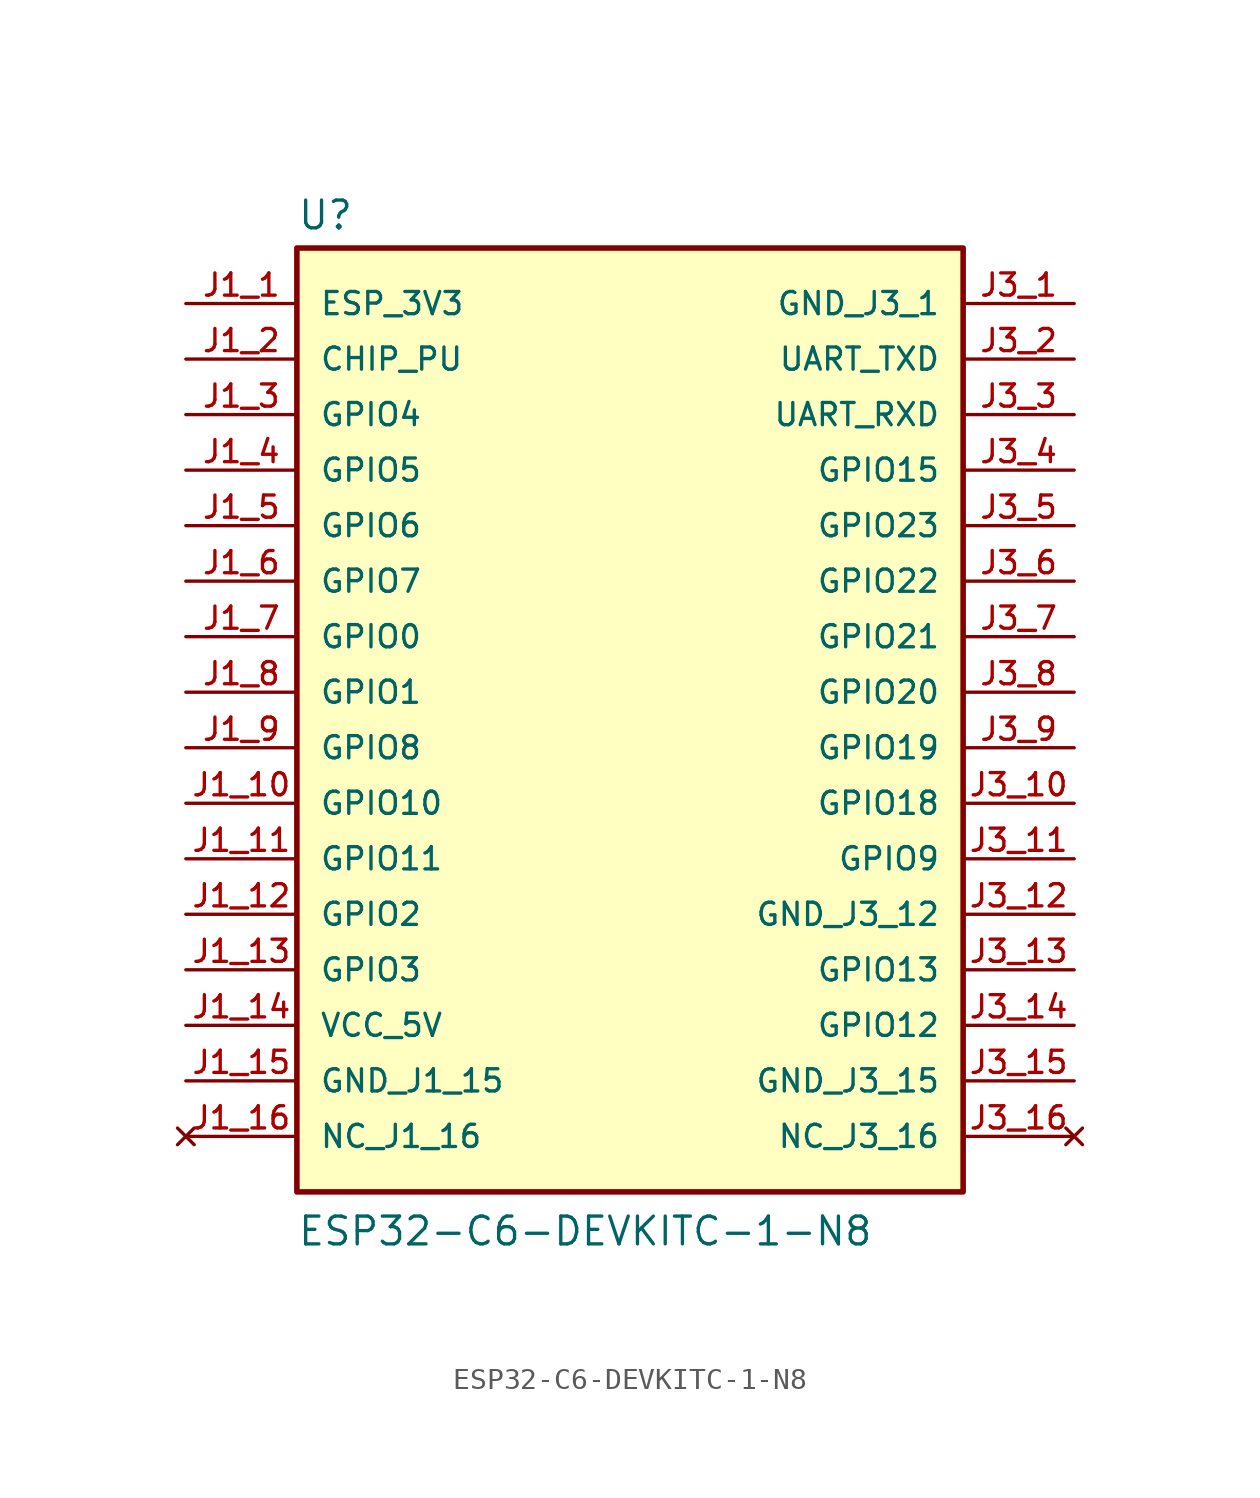
<source format=kicad_sym>
(kicad_symbol_lib
  (version 20241209)
  (generator "kicad_symbol_editor")
  (generator_version "9.0")
  (symbol "ESP32-C6-DEVKITC-1-N8"
    (pin_names
      (offset 1.016))
    (property "Reference" "U"
      (at -15.24 23.622 0)
      (effects (font (size 1.27 1.27)) (justify left bottom)))
    (property "Value" "ESP32-C6-DEVKITC-1-N8"
      (at -15.24 -22.86 0)
      (effects (font (size 1.27 1.27)) (justify left bottom)))
    (symbol "ESP32-C6-DEVKITC-1-N8_0_0"
      (rectangle (start -15.24 -20.32) (end 15.24 22.86) (stroke (width 0.254) (type default)) (fill (type background)))
      (pin power_in line (at -20.32 20.32 0) (length 5.08) (name "ESP_3V3" (effects (font (size 1.016 1.016)))) (number "J1_1" (effects (font (size 1.016 1.016)))))
      (pin input line (at -20.32 17.78 0) (length 5.08) (name "CHIP_PU" (effects (font (size 1.016 1.016)))) (number "J1_2" (effects (font (size 1.016 1.016)))))
      (pin bidirectional line (at -20.32 15.24 0) (length 5.08) (name "GPIO4" (effects (font (size 1.016 1.016)))) (number "J1_3" (effects (font (size 1.016 1.016)))))
      (pin bidirectional line (at -20.32 12.7 0) (length 5.08) (name "GPIO5" (effects (font (size 1.016 1.016)))) (number "J1_4" (effects (font (size 1.016 1.016)))))
      (pin bidirectional line (at -20.32 10.16 0) (length 5.08) (name "GPIO6" (effects (font (size 1.016 1.016)))) (number "J1_5" (effects (font (size 1.016 1.016)))))
      (pin bidirectional line (at -20.32 7.62 0) (length 5.08) (name "GPIO7" (effects (font (size 1.016 1.016)))) (number "J1_6" (effects (font (size 1.016 1.016)))))
      (pin bidirectional line (at -20.32 5.08 0) (length 5.08) (name "GPIO0" (effects (font (size 1.016 1.016)))) (number "J1_7" (effects (font (size 1.016 1.016)))))
      (pin bidirectional line (at -20.32 2.54 0) (length 5.08) (name "GPIO1" (effects (font (size 1.016 1.016)))) (number "J1_8" (effects (font (size 1.016 1.016)))))
      (pin bidirectional line (at -20.32 0 0) (length 5.08) (name "GPIO8" (effects (font (size 1.016 1.016)))) (number "J1_9" (effects (font (size 1.016 1.016)))))
      (pin bidirectional line (at -20.32 -2.54 0) (length 5.08) (name "GPIO10" (effects (font (size 1.016 1.016)))) (number "J1_10" (effects (font (size 1.016 1.016)))))
      (pin bidirectional line (at -20.32 -5.08 0) (length 5.08) (name "GPIO11" (effects (font (size 1.016 1.016)))) (number "J1_11" (effects (font (size 1.016 1.016)))))
      (pin bidirectional line (at -20.32 -7.62 0) (length 5.08) (name "GPIO2" (effects (font (size 1.016 1.016)))) (number "J1_12" (effects (font (size 1.016 1.016)))))
      (pin bidirectional line (at -20.32 -10.16 0) (length 5.08) (name "GPIO3" (effects (font (size 1.016 1.016)))) (number "J1_13" (effects (font (size 1.016 1.016)))))
      (pin power_in line (at -20.32 -12.7 0) (length 5.08) (name "VCC_5V" (effects (font (size 1.016 1.016)))) (number "J1_14" (effects (font (size 1.016 1.016)))))
      (pin power_in line (at -20.32 -15.24 0) (length 5.08) (name "GND_J1_15" (effects (font (size 1.016 1.016)))) (number "J1_15" (effects (font (size 1.016 1.016)))))
      (pin no_connect line (at -20.32 -17.78 0) (length 5.08) (name "NC_J1_16" (effects (font (size 1.016 1.016)))) (number "J1_16" (effects (font (size 1.016 1.016)))))
      (pin power_in line (at 20.32 20.32 180) (length 5.08) (name "GND_J3_1" (effects (font (size 1.016 1.016)))) (number "J3_1" (effects (font (size 1.016 1.016)))))
      (pin bidirectional line (at 20.32 17.78 180) (length 5.08) (name "UART_TXD" (effects (font (size 1.016 1.016)))) (number "J3_2" (effects (font (size 1.016 1.016)))))
      (pin bidirectional line (at 20.32 15.24 180) (length 5.08) (name "UART_RXD" (effects (font (size 1.016 1.016)))) (number "J3_3" (effects (font (size 1.016 1.016)))))
      (pin bidirectional line (at 20.32 12.7 180) (length 5.08) (name "GPIO15" (effects (font (size 1.016 1.016)))) (number "J3_4" (effects (font (size 1.016 1.016)))))
      (pin bidirectional line (at 20.32 10.16 180) (length 5.08) (name "GPIO23" (effects (font (size 1.016 1.016)))) (number "J3_5" (effects (font (size 1.016 1.016)))))
      (pin bidirectional line (at 20.32 7.62 180) (length 5.08) (name "GPIO22" (effects (font (size 1.016 1.016)))) (number "J3_6" (effects (font (size 1.016 1.016)))))
      (pin bidirectional line (at 20.32 5.08 180) (length 5.08) (name "GPIO21" (effects (font (size 1.016 1.016)))) (number "J3_7" (effects (font (size 1.016 1.016)))))
      (pin bidirectional line (at 20.32 2.54 180) (length 5.08) (name "GPIO20" (effects (font (size 1.016 1.016)))) (number "J3_8" (effects (font (size 1.016 1.016)))))
      (pin bidirectional line (at 20.32 0 180) (length 5.08) (name "GPIO19" (effects (font (size 1.016 1.016)))) (number "J3_9" (effects (font (size 1.016 1.016)))))
      (pin bidirectional line (at 20.32 -2.54 180) (length 5.08) (name "GPIO18" (effects (font (size 1.016 1.016)))) (number "J3_10" (effects (font (size 1.016 1.016)))))
      (pin bidirectional line (at 20.32 -5.08 180) (length 5.08) (name "GPIO9" (effects (font (size 1.016 1.016)))) (number "J3_11" (effects (font (size 1.016 1.016)))))
      (pin power_in line (at 20.32 -7.62 180) (length 5.08) (name "GND_J3_12" (effects (font (size 1.016 1.016)))) (number "J3_12" (effects (font (size 1.016 1.016)))))
      (pin bidirectional line (at 20.32 -10.16 180) (length 5.08) (name "GPIO13" (effects (font (size 1.016 1.016)))) (number "J3_13" (effects (font (size 1.016 1.016)))))
      (pin bidirectional line (at 20.32 -12.7 180) (length 5.08) (name "GPIO12" (effects (font (size 1.016 1.016)))) (number "J3_14" (effects (font (size 1.016 1.016)))))
      (pin power_in line (at 20.32 -15.24 180) (length 5.08) (name "GND_J3_15" (effects (font (size 1.016 1.016)))) (number "J3_15" (effects (font (size 1.016 1.016)))))
      (pin no_connect line (at 20.32 -17.78 180) (length 5.08) (name "NC_J3_16" (effects (font (size 1.016 1.016)))) (number "J3_16" (effects (font (size 1.016 1.016))))))))
</source>
